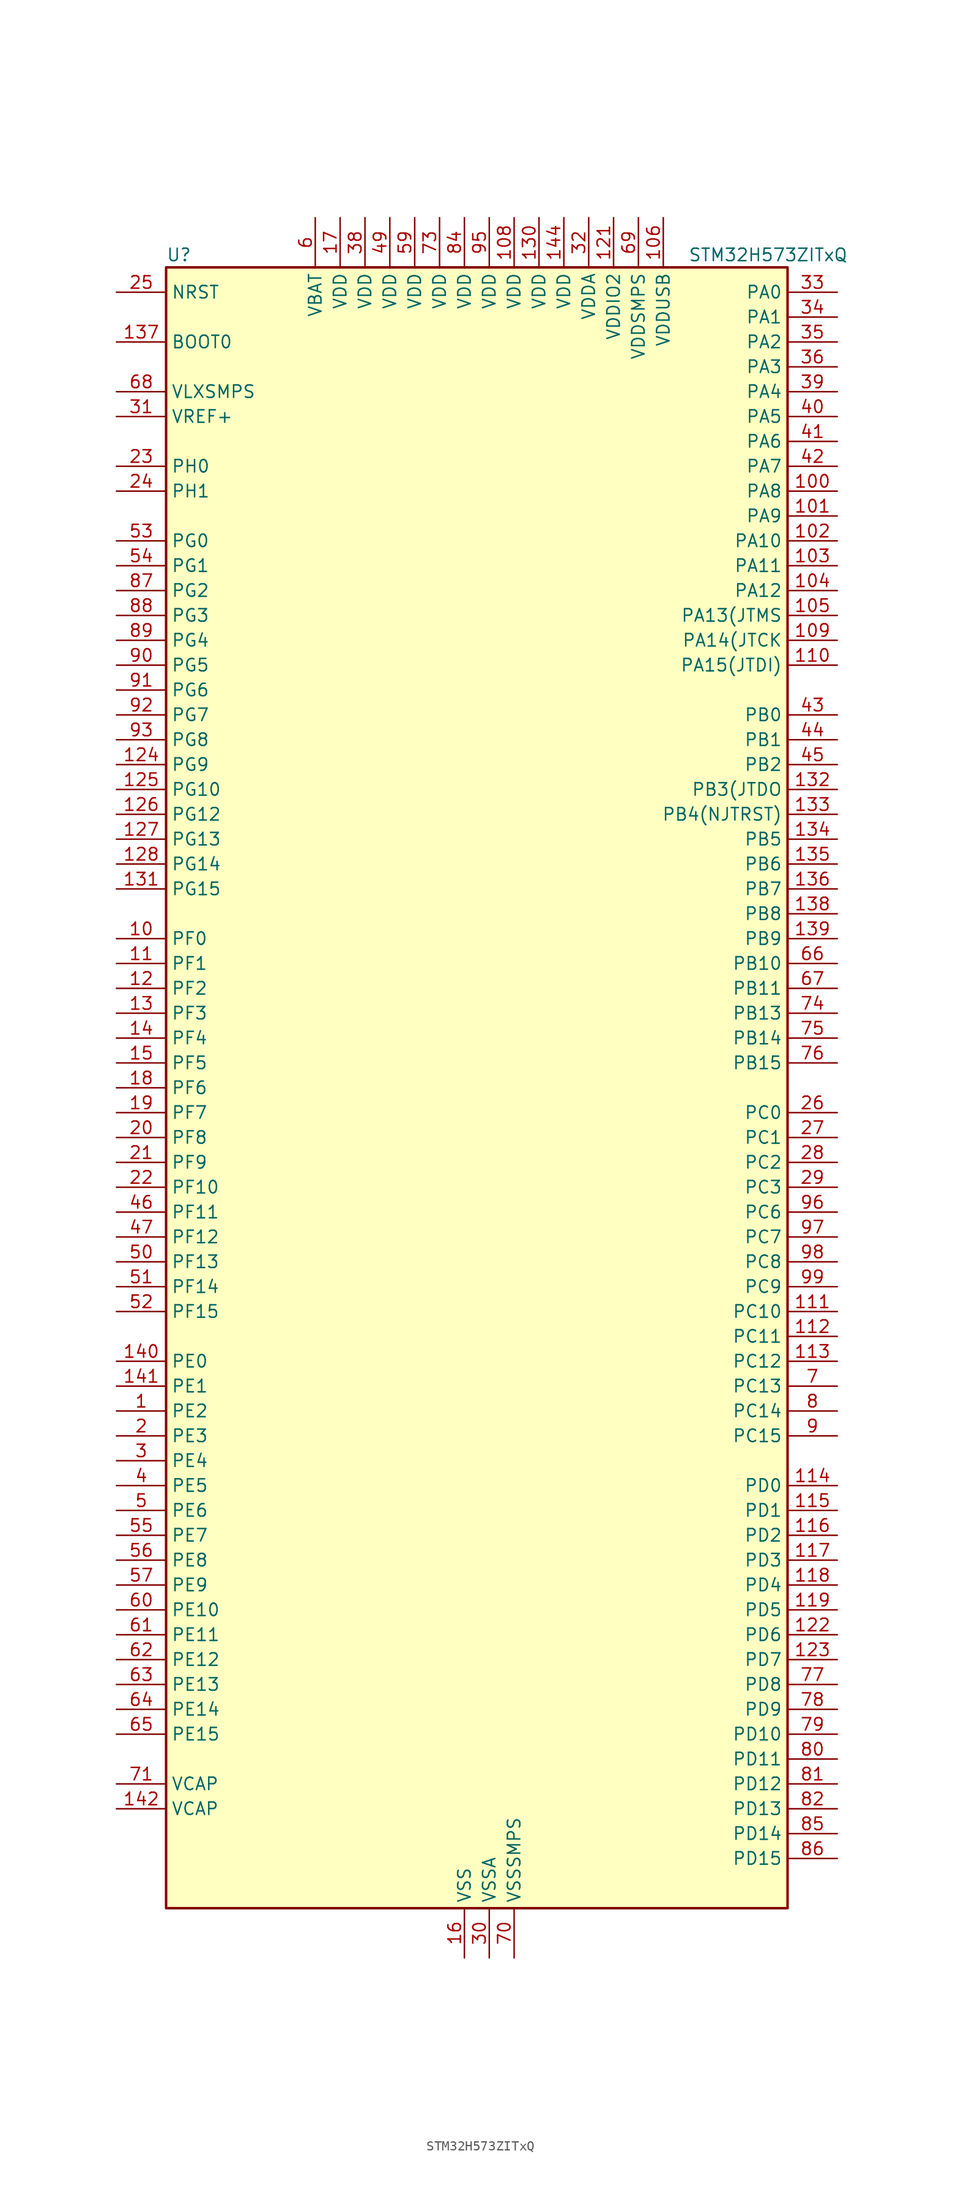
<source format=kicad_sym>
(kicad_symbol_lib
  (version 20231120)
  (generator "kicad_symbol_editor")
  (generator_version "8.0")
  (symbol "STM32H573ZITxQ"
    (property "Reference" "U"
      (at -30.48 85.09 0)
      (effects (font (size 1.27 1.27)) (justify left)))
    (property "Value" "STM32H573ZITxQ"
      (at 22.86 85.09 0)
      (effects (font (size 1.27 1.27)) (justify left)))
    (property "ki_locked" ""
      (at 0 0 0)
      (effects (font (size 1.27 1.27))))
    (symbol "STM32H573ZITxQ_0_1"
      (rectangle (start -30.48 -83.82) (end 33.02 83.82) (stroke (width 0.254) (type default)) (fill (type background))))
    (symbol "STM32H573ZITxQ_1_1"
      (pin bidirectional line (at -35.56 -33.02 0) (length 5.08) (name "PE2" (effects (font (size 1.27 1.27)))) (number "1" (effects (font (size 1.27 1.27)))) (alternate "DCMI_D3" bidirectional line) (alternate "DEBUG_TRACECLK" bidirectional line) (alternate "FMC_A23" bidirectional line) (alternate "LPTIM1_IN2" bidirectional line) (alternate "OCTOSPI1_IO2" bidirectional line) (alternate "PSSI_D3" bidirectional line) (alternate "SAI1_CK1" bidirectional line) (alternate "SAI1_MCLK_A" bidirectional line) (alternate "SPI4_SCK" bidirectional line) (alternate "UART8_TX" bidirectional line) (alternate "USART10_RX" bidirectional line))
      (pin bidirectional line (at -35.56 15.24 0) (length 5.08) (name "PF0" (effects (font (size 1.27 1.27)))) (number "10" (effects (font (size 1.27 1.27)))) (alternate "FMC_A0" bidirectional line) (alternate "I2C2_SDA" bidirectional line) (alternate "LPTIM5_CH1" bidirectional line))
      (pin bidirectional line (at 38.1 60.96 180) (length 5.08) (name "PA8" (effects (font (size 1.27 1.27)))) (number "100" (effects (font (size 1.27 1.27)))) (alternate "DCMI_D3" bidirectional line) (alternate "FMC_NOE" bidirectional line) (alternate "I2C3_SCL" bidirectional line) (alternate "PSSI_D3" bidirectional line) (alternate "RCC_MCO_1" bidirectional line) (alternate "SPI1_RDY" bidirectional line) (alternate "TIM1_CH1" bidirectional line) (alternate "TIM8_BKIN2" bidirectional line) (alternate "UART7_RX" bidirectional line) (alternate "USART1_CK" bidirectional line) (alternate "USB_SOF" bidirectional line))
      (pin bidirectional line (at 38.1 58.42 180) (length 5.08) (name "PA9" (effects (font (size 1.27 1.27)))) (number "101" (effects (font (size 1.27 1.27)))) (alternate "DAC1_EXTI9" bidirectional line) (alternate "DCMI_D0" bidirectional line) (alternate "FMC_NWE" bidirectional line) (alternate "I2C3_SMBA" bidirectional line) (alternate "I2S2_CK" bidirectional line) (alternate "LPUART1_TX" bidirectional line) (alternate "PSSI_D0" bidirectional line) (alternate "SPI2_SCK" bidirectional line) (alternate "TIM1_CH2" bidirectional line) (alternate "UCPD1_DB1" bidirectional line) (alternate "USART1_TX" bidirectional line))
      (pin bidirectional line (at 38.1 55.88 180) (length 5.08) (name "PA10" (effects (font (size 1.27 1.27)))) (number "102" (effects (font (size 1.27 1.27)))) (alternate "DCMI_D1" bidirectional line) (alternate "FDCAN2_TX" bidirectional line) (alternate "LPTIM2_IN2" bidirectional line) (alternate "LPUART1_RX" bidirectional line) (alternate "PSSI_D1" bidirectional line) (alternate "SDMMC1_D0" bidirectional line) (alternate "TIM1_CH3" bidirectional line) (alternate "UCPD1_FRSTX" bidirectional line) (alternate "USART1_RX" bidirectional line))
      (pin bidirectional line (at 38.1 53.34 180) (length 5.08) (name "PA11" (effects (font (size 1.27 1.27)))) (number "103" (effects (font (size 1.27 1.27)))) (alternate "ADC1_EXTI11" bidirectional line) (alternate "ADC2_EXTI11" bidirectional line) (alternate "FDCAN1_RX" bidirectional line) (alternate "I2S2_WS" bidirectional line) (alternate "LPUART1_CTS" bidirectional line) (alternate "SPI2_NSS" bidirectional line) (alternate "TIM1_CH4" bidirectional line) (alternate "UART4_RX" bidirectional line) (alternate "USART1_CTS" bidirectional line) (alternate "USART1_NSS" bidirectional line) (alternate "USB_DM" bidirectional line))
      (pin bidirectional line (at 38.1 50.8 180) (length 5.08) (name "PA12" (effects (font (size 1.27 1.27)))) (number "104" (effects (font (size 1.27 1.27)))) (alternate "FDCAN1_TX" bidirectional line) (alternate "I2S2_CK" bidirectional line) (alternate "LPUART1_RTS" bidirectional line) (alternate "SAI2_FS_B" bidirectional line) (alternate "SPI2_SCK" bidirectional line) (alternate "TIM1_ETR" bidirectional line) (alternate "UART4_TX" bidirectional line) (alternate "USART1_RTS" bidirectional line) (alternate "USB_DP" bidirectional line))
      (pin bidirectional line (at 38.1 48.26 180) (length 5.08) (name "PA13(JTMS" (effects (font (size 1.27 1.27)))) (number "105" (effects (font (size 1.27 1.27)))) (alternate "DEBUG_JTMS-SWDIO" bidirectional line))
      (pin power_in line (at 20.32 88.9 270) (length 5.08) (name "VDDUSB" (effects (font (size 1.27 1.27)))) (number "106" (effects (font (size 1.27 1.27)))))
      (pin passive line (at 0 -88.9 90) (length 5.08) hide (name "VSS" (effects (font (size 1.27 1.27)))) (number "107" (effects (font (size 1.27 1.27)))))
      (pin power_in line (at 5.08 88.9 270) (length 5.08) (name "VDD" (effects (font (size 1.27 1.27)))) (number "108" (effects (font (size 1.27 1.27)))))
      (pin bidirectional line (at 38.1 45.72 180) (length 5.08) (name "PA14(JTCK" (effects (font (size 1.27 1.27)))) (number "109" (effects (font (size 1.27 1.27)))) (alternate "DEBUG_JTCK-SWCLK" bidirectional line))
      (pin bidirectional line (at -35.56 12.7 0) (length 5.08) (name "PF1" (effects (font (size 1.27 1.27)))) (number "11" (effects (font (size 1.27 1.27)))) (alternate "FMC_A1" bidirectional line) (alternate "I2C2_SCL" bidirectional line) (alternate "LPTIM5_CH2" bidirectional line))
      (pin bidirectional line (at 38.1 43.18 180) (length 5.08) (name "PA15(JTDI)" (effects (font (size 1.27 1.27)))) (number "110" (effects (font (size 1.27 1.27)))) (alternate "ADC1_EXTI15" bidirectional line) (alternate "ADC2_EXTI15" bidirectional line) (alternate "CEC" bidirectional line) (alternate "DCMI_D11" bidirectional line) (alternate "DEBUG_JTDI" bidirectional line) (alternate "FMC_NBL1" bidirectional line) (alternate "I2S1_WS" bidirectional line) (alternate "I2S3_WS" bidirectional line) (alternate "LPTIM3_IN2" bidirectional line) (alternate "PSSI_D11" bidirectional line) (alternate "SPI1_NSS" bidirectional line) (alternate "SPI3_NSS" bidirectional line) (alternate "SPI6_NSS" bidirectional line) (alternate "TIM2_CH1" bidirectional line) (alternate "TIM2_ETR" bidirectional line) (alternate "UART4_DE" bidirectional line) (alternate "UART4_RTS" bidirectional line) (alternate "UART7_TX" bidirectional line))
      (pin bidirectional line (at 38.1 -22.86 180) (length 5.08) (name "PC10" (effects (font (size 1.27 1.27)))) (number "111" (effects (font (size 1.27 1.27)))) (alternate "DCMI_D8" bidirectional line) (alternate "I2S3_CK" bidirectional line) (alternate "LPTIM3_ETR" bidirectional line) (alternate "OCTOSPI1_IO1" bidirectional line) (alternate "PSSI_D8" bidirectional line) (alternate "SDMMC1_D2" bidirectional line) (alternate "SPI3_SCK" bidirectional line) (alternate "UART4_TX" bidirectional line) (alternate "USART3_TX" bidirectional line))
      (pin bidirectional line (at 38.1 -25.4 180) (length 5.08) (name "PC11" (effects (font (size 1.27 1.27)))) (number "112" (effects (font (size 1.27 1.27)))) (alternate "ADC1_EXTI11" bidirectional line) (alternate "ADC2_EXTI11" bidirectional line) (alternate "DCMI_D4" bidirectional line) (alternate "I2S3_SDI" bidirectional line) (alternate "LPTIM3_IN1" bidirectional line) (alternate "OCTOSPI1_NCS" bidirectional line) (alternate "PSSI_D4" bidirectional line) (alternate "SDMMC1_D3" bidirectional line) (alternate "SPI3_MISO" bidirectional line) (alternate "UART4_RX" bidirectional line) (alternate "USART3_RX" bidirectional line))
      (pin bidirectional line (at 38.1 -27.94 180) (length 5.08) (name "PC12" (effects (font (size 1.27 1.27)))) (number "113" (effects (font (size 1.27 1.27)))) (alternate "DCMI_D9" bidirectional line) (alternate "DEBUG_TRACED3" bidirectional line) (alternate "I2S3_SDO" bidirectional line) (alternate "PSSI_D9" bidirectional line) (alternate "SDMMC1_CK" bidirectional line) (alternate "SPI3_MOSI" bidirectional line) (alternate "SPI6_SCK" bidirectional line) (alternate "TIM15_CH1" bidirectional line) (alternate "UART5_TX" bidirectional line) (alternate "USART3_CK" bidirectional line))
      (pin bidirectional line (at 38.1 -40.64 180) (length 5.08) (name "PD0" (effects (font (size 1.27 1.27)))) (number "114" (effects (font (size 1.27 1.27)))) (alternate "FDCAN1_RX" bidirectional line) (alternate "FMC_D2" bidirectional line) (alternate "FMC_DA2" bidirectional line) (alternate "TIM8_CH4N" bidirectional line) (alternate "UART4_RX" bidirectional line) (alternate "UART9_CTS" bidirectional line))
      (pin bidirectional line (at 38.1 -43.18 180) (length 5.08) (name "PD1" (effects (font (size 1.27 1.27)))) (number "115" (effects (font (size 1.27 1.27)))) (alternate "FDCAN1_TX" bidirectional line) (alternate "FMC_D3" bidirectional line) (alternate "FMC_DA3" bidirectional line) (alternate "UART4_TX" bidirectional line))
      (pin bidirectional line (at 38.1 -45.72 180) (length 5.08) (name "PD2" (effects (font (size 1.27 1.27)))) (number "116" (effects (font (size 1.27 1.27)))) (alternate "DCMI_D11" bidirectional line) (alternate "DEBUG_TRACED2" bidirectional line) (alternate "LPTIM4_ETR" bidirectional line) (alternate "PSSI_D11" bidirectional line) (alternate "PWR_WKUP7" bidirectional line) (alternate "SDMMC1_CMD" bidirectional line) (alternate "TIM15_BKIN" bidirectional line) (alternate "TIM3_ETR" bidirectional line) (alternate "UART5_RX" bidirectional line))
      (pin bidirectional line (at 38.1 -48.26 180) (length 5.08) (name "PD3" (effects (font (size 1.27 1.27)))) (number "117" (effects (font (size 1.27 1.27)))) (alternate "DCMI_D5" bidirectional line) (alternate "FMC_CLK" bidirectional line) (alternate "I2S2_CK" bidirectional line) (alternate "PSSI_D5" bidirectional line) (alternate "PWR_WKUP8" bidirectional line) (alternate "SPI2_SCK" bidirectional line) (alternate "USART2_CTS" bidirectional line) (alternate "USART2_NSS" bidirectional line))
      (pin bidirectional line (at 38.1 -50.8 180) (length 5.08) (name "PD4" (effects (font (size 1.27 1.27)))) (number "118" (effects (font (size 1.27 1.27)))) (alternate "FMC_NOE" bidirectional line) (alternate "OCTOSPI1_IO4" bidirectional line) (alternate "USART2_RTS" bidirectional line))
      (pin bidirectional line (at 38.1 -53.34 180) (length 5.08) (name "PD5" (effects (font (size 1.27 1.27)))) (number "119" (effects (font (size 1.27 1.27)))) (alternate "FDCAN1_TX" bidirectional line) (alternate "FMC_NWE" bidirectional line) (alternate "OCTOSPI1_IO5" bidirectional line) (alternate "SPI2_RDY" bidirectional line) (alternate "TIM1_CH4N" bidirectional line) (alternate "USART2_TX" bidirectional line))
      (pin bidirectional line (at -35.56 10.16 0) (length 5.08) (name "PF2" (effects (font (size 1.27 1.27)))) (number "12" (effects (font (size 1.27 1.27)))) (alternate "FMC_A2" bidirectional line) (alternate "I2C2_SMBA" bidirectional line) (alternate "LPTIM3_CH2" bidirectional line) (alternate "LPTIM3_IN2" bidirectional line) (alternate "LPTIM5_IN1" bidirectional line) (alternate "UART12_TX" bidirectional line) (alternate "USART11_CK" bidirectional line))
      (pin passive line (at 0 -88.9 90) (length 5.08) hide (name "VSS" (effects (font (size 1.27 1.27)))) (number "120" (effects (font (size 1.27 1.27)))))
      (pin power_in line (at 15.24 88.9 270) (length 5.08) (name "VDDIO2" (effects (font (size 1.27 1.27)))) (number "121" (effects (font (size 1.27 1.27)))))
      (pin bidirectional line (at 38.1 -55.88 180) (length 5.08) (name "PD6" (effects (font (size 1.27 1.27)))) (number "122" (effects (font (size 1.27 1.27)))) (alternate "DCMI_D10" bidirectional line) (alternate "FMC_NWAIT" bidirectional line) (alternate "I2S3_SDO" bidirectional line) (alternate "OCTOSPI1_IO6" bidirectional line) (alternate "PSSI_D10" bidirectional line) (alternate "SAI1_D1" bidirectional line) (alternate "SAI1_SD_A" bidirectional line) (alternate "SDMMC2_CK" bidirectional line) (alternate "SPI3_MOSI" bidirectional line) (alternate "USART2_RX" bidirectional line))
      (pin bidirectional line (at 38.1 -58.42 180) (length 5.08) (name "PD7" (effects (font (size 1.27 1.27)))) (number "123" (effects (font (size 1.27 1.27)))) (alternate "FMC_NCE" bidirectional line) (alternate "FMC_NE1" bidirectional line) (alternate "I2S1_SDO" bidirectional line) (alternate "LPTIM4_OUT" bidirectional line) (alternate "OCTOSPI1_IO7" bidirectional line) (alternate "SDMMC2_CMD" bidirectional line) (alternate "SPI1_MOSI" bidirectional line) (alternate "USART2_CK" bidirectional line))
      (pin bidirectional line (at -35.56 33.02 0) (length 5.08) (name "PG9" (effects (font (size 1.27 1.27)))) (number "124" (effects (font (size 1.27 1.27)))) (alternate "DAC1_EXTI9" bidirectional line) (alternate "DCMI_VSYNC" bidirectional line) (alternate "FMC_NCE" bidirectional line) (alternate "FMC_NE2" bidirectional line) (alternate "I2S1_SDI" bidirectional line) (alternate "OCTOSPI1_IO6" bidirectional line) (alternate "PSSI_RDY" bidirectional line) (alternate "SAI2_FS_B" bidirectional line) (alternate "SDMMC2_D0" bidirectional line) (alternate "SPI1_MISO" bidirectional line) (alternate "USART6_RX" bidirectional line))
      (pin bidirectional line (at -35.56 30.48 0) (length 5.08) (name "PG10" (effects (font (size 1.27 1.27)))) (number "125" (effects (font (size 1.27 1.27)))) (alternate "DCMI_D2" bidirectional line) (alternate "FMC_NE3" bidirectional line) (alternate "I2S1_WS" bidirectional line) (alternate "PSSI_D2" bidirectional line) (alternate "SAI2_SD_B" bidirectional line) (alternate "SDMMC2_D1" bidirectional line) (alternate "SPI1_NSS" bidirectional line))
      (pin bidirectional line (at -35.56 27.94 0) (length 5.08) (name "PG12" (effects (font (size 1.27 1.27)))) (number "126" (effects (font (size 1.27 1.27)))) (alternate "DCMI_D11" bidirectional line) (alternate "FMC_NE4" bidirectional line) (alternate "LPTIM1_IN1" bidirectional line) (alternate "LPTIM5_CH1" bidirectional line) (alternate "PSSI_D11" bidirectional line) (alternate "PSSI_D15" bidirectional line) (alternate "SDMMC2_D3" bidirectional line) (alternate "SPI6_MISO" bidirectional line) (alternate "USART10_TX" bidirectional line) (alternate "USART6_RTS" bidirectional line))
      (pin bidirectional line (at -35.56 25.4 0) (length 5.08) (name "PG13" (effects (font (size 1.27 1.27)))) (number "127" (effects (font (size 1.27 1.27)))) (alternate "DEBUG_TRACED0" bidirectional line) (alternate "FMC_A24" bidirectional line) (alternate "LPTIM1_CH1" bidirectional line) (alternate "LPTIM5_CH2" bidirectional line) (alternate "SDMMC2_D6" bidirectional line) (alternate "SPI6_SCK" bidirectional line) (alternate "USART10_CTS" bidirectional line) (alternate "USART10_NSS" bidirectional line) (alternate "USART6_CTS" bidirectional line) (alternate "USART6_NSS" bidirectional line))
      (pin bidirectional line (at -35.56 22.86 0) (length 5.08) (name "PG14" (effects (font (size 1.27 1.27)))) (number "128" (effects (font (size 1.27 1.27)))) (alternate "DEBUG_TRACED1" bidirectional line) (alternate "FMC_A25" bidirectional line) (alternate "LPTIM1_CH2" bidirectional line) (alternate "LPTIM1_ETR" bidirectional line) (alternate "LPTIM5_IN1" bidirectional line) (alternate "OCTOSPI1_IO7" bidirectional line) (alternate "SDMMC2_D7" bidirectional line) (alternate "SPI6_MOSI" bidirectional line) (alternate "USART10_RTS" bidirectional line) (alternate "USART6_TX" bidirectional line))
      (pin passive line (at 0 -88.9 90) (length 5.08) hide (name "VSS" (effects (font (size 1.27 1.27)))) (number "129" (effects (font (size 1.27 1.27)))))
      (pin bidirectional line (at -35.56 7.62 0) (length 5.08) (name "PF3" (effects (font (size 1.27 1.27)))) (number "13" (effects (font (size 1.27 1.27)))) (alternate "FMC_A3" bidirectional line) (alternate "LPTIM3_IN1" bidirectional line) (alternate "LPTIM5_IN2" bidirectional line) (alternate "USART11_TX" bidirectional line))
      (pin power_in line (at 7.62 88.9 270) (length 5.08) (name "VDD" (effects (font (size 1.27 1.27)))) (number "130" (effects (font (size 1.27 1.27)))))
      (pin bidirectional line (at -35.56 20.32 0) (length 5.08) (name "PG15" (effects (font (size 1.27 1.27)))) (number "131" (effects (font (size 1.27 1.27)))) (alternate "ADC1_EXTI15" bidirectional line) (alternate "ADC2_EXTI15" bidirectional line) (alternate "DCMI_D13" bidirectional line) (alternate "FMC_SDNCAS" bidirectional line) (alternate "PSSI_D13" bidirectional line) (alternate "SPI4_RDY" bidirectional line) (alternate "USART10_CK" bidirectional line) (alternate "USART6_CTS" bidirectional line) (alternate "USART6_NSS" bidirectional line))
      (pin bidirectional line (at 38.1 30.48 180) (length 5.08) (name "PB3(JTDO" (effects (font (size 1.27 1.27)))) (number "132" (effects (font (size 1.27 1.27)))) (alternate "CRS_SYNC" bidirectional line) (alternate "DEBUG_JTDO-SWO" bidirectional line) (alternate "I2C2_SDA" bidirectional line) (alternate "I2S1_CK" bidirectional line) (alternate "I2S3_CK" bidirectional line) (alternate "LPTIM6_ETR" bidirectional line) (alternate "SDMMC2_D2" bidirectional line) (alternate "SPI1_SCK" bidirectional line) (alternate "SPI3_SCK" bidirectional line) (alternate "SPI6_SCK" bidirectional line) (alternate "TIM2_CH2" bidirectional line) (alternate "UART12_CTS" bidirectional line) (alternate "UART7_RX" bidirectional line))
      (pin bidirectional line (at 38.1 27.94 180) (length 5.08) (name "PB4(NJTRST)" (effects (font (size 1.27 1.27)))) (number "133" (effects (font (size 1.27 1.27)))) (alternate "DCMI_D7" bidirectional line) (alternate "DEBUG_JTRST" bidirectional line) (alternate "I2S1_SDI" bidirectional line) (alternate "I2S2_WS" bidirectional line) (alternate "I2S3_SDI" bidirectional line) (alternate "LPTIM1_CH2" bidirectional line) (alternate "OCTOSPI1_CLK" bidirectional line) (alternate "PSSI_D7" bidirectional line) (alternate "SDMMC2_D3" bidirectional line) (alternate "SPI1_MISO" bidirectional line) (alternate "SPI2_NSS" bidirectional line) (alternate "SPI3_MISO" bidirectional line) (alternate "SPI6_MISO" bidirectional line) (alternate "TIM16_BKIN" bidirectional line) (alternate "TIM3_CH1" bidirectional line) (alternate "UART7_TX" bidirectional line))
      (pin bidirectional line (at 38.1 25.4 180) (length 5.08) (name "PB5" (effects (font (size 1.27 1.27)))) (number "134" (effects (font (size 1.27 1.27)))) (alternate "DCMI_D10" bidirectional line) (alternate "FDCAN2_RX" bidirectional line) (alternate "FMC_SDCKE1" bidirectional line) (alternate "I2C1_SMBA" bidirectional line) (alternate "I2C4_SMBA" bidirectional line) (alternate "I2S1_SDO" bidirectional line) (alternate "I2S3_SDO" bidirectional line) (alternate "OCTOSPI1_NCLK" bidirectional line) (alternate "PSSI_D10" bidirectional line) (alternate "SPI1_MOSI" bidirectional line) (alternate "SPI3_MOSI" bidirectional line) (alternate "SPI6_MOSI" bidirectional line) (alternate "TIM17_BKIN" bidirectional line) (alternate "TIM3_CH2" bidirectional line) (alternate "UART5_RX" bidirectional line))
      (pin bidirectional line (at 38.1 22.86 180) (length 5.08) (name "PB6" (effects (font (size 1.27 1.27)))) (number "135" (effects (font (size 1.27 1.27)))) (alternate "CEC" bidirectional line) (alternate "DCMI_D5" bidirectional line) (alternate "FDCAN2_TX" bidirectional line) (alternate "FMC_SDNE1" bidirectional line) (alternate "I2C1_SCL" bidirectional line) (alternate "I2C4_SCL" bidirectional line) (alternate "I3C1_SCL" bidirectional line) (alternate "LPUART1_TX" bidirectional line) (alternate "OCTOSPI1_NCS" bidirectional line) (alternate "PSSI_D5" bidirectional line) (alternate "TIM16_CH1N" bidirectional line) (alternate "TIM4_CH1" bidirectional line) (alternate "UART5_TX" bidirectional line) (alternate "USART1_TX" bidirectional line))
      (pin bidirectional line (at 38.1 20.32 180) (length 5.08) (name "PB7" (effects (font (size 1.27 1.27)))) (number "136" (effects (font (size 1.27 1.27)))) (alternate "DCMI_VSYNC" bidirectional line) (alternate "FDCAN1_TX" bidirectional line) (alternate "FMC_NL" bidirectional line) (alternate "I2C1_SDA" bidirectional line) (alternate "I2C4_SDA" bidirectional line) (alternate "I3C1_SDA" bidirectional line) (alternate "LPUART1_RX" bidirectional line) (alternate "PSSI_RDY" bidirectional line) (alternate "PWR_WKUP5" bidirectional line) (alternate "SDMMC2_CKIN" bidirectional line) (alternate "SDMMC2_D5" bidirectional line) (alternate "TIM17_CH1N" bidirectional line) (alternate "TIM4_CH2" bidirectional line) (alternate "USART1_RX" bidirectional line))
      (pin input line (at -35.56 76.2 0) (length 5.08) (name "BOOT0" (effects (font (size 1.27 1.27)))) (number "137" (effects (font (size 1.27 1.27)))))
      (pin bidirectional line (at 38.1 17.78 180) (length 5.08) (name "PB8" (effects (font (size 1.27 1.27)))) (number "138" (effects (font (size 1.27 1.27)))) (alternate "DCMI_D6" bidirectional line) (alternate "FDCAN1_RX" bidirectional line) (alternate "I2C1_SCL" bidirectional line) (alternate "I2C4_SCL" bidirectional line) (alternate "I3C1_SCL" bidirectional line) (alternate "PSSI_D6" bidirectional line) (alternate "SDMMC1_CKIN" bidirectional line) (alternate "SDMMC1_D4" bidirectional line) (alternate "SDMMC2_D4" bidirectional line) (alternate "SPI4_RDY" bidirectional line) (alternate "TIM16_CH1" bidirectional line) (alternate "TIM4_CH3" bidirectional line) (alternate "UART4_RX" bidirectional line))
      (pin bidirectional line (at 38.1 15.24 180) (length 5.08) (name "PB9" (effects (font (size 1.27 1.27)))) (number "139" (effects (font (size 1.27 1.27)))) (alternate "DAC1_EXTI9" bidirectional line) (alternate "DCMI_D7" bidirectional line) (alternate "FDCAN1_TX" bidirectional line) (alternate "I2C1_SDA" bidirectional line) (alternate "I2C4_SDA" bidirectional line) (alternate "I2S2_WS" bidirectional line) (alternate "I3C1_SDA" bidirectional line) (alternate "PSSI_D7" bidirectional line) (alternate "SDMMC1_CDIR" bidirectional line) (alternate "SDMMC1_D5" bidirectional line) (alternate "SDMMC2_CKIN" bidirectional line) (alternate "SDMMC2_D5" bidirectional line) (alternate "SPI2_NSS" bidirectional line) (alternate "TIM17_CH1" bidirectional line) (alternate "TIM4_CH4" bidirectional line) (alternate "UART4_TX" bidirectional line))
      (pin bidirectional line (at -35.56 5.08 0) (length 5.08) (name "PF4" (effects (font (size 1.27 1.27)))) (number "14" (effects (font (size 1.27 1.27)))) (alternate "FMC_A4" bidirectional line) (alternate "LPTIM3_ETR" bidirectional line) (alternate "USART11_RX" bidirectional line))
      (pin bidirectional line (at -35.56 -27.94 0) (length 5.08) (name "PE0" (effects (font (size 1.27 1.27)))) (number "140" (effects (font (size 1.27 1.27)))) (alternate "DCMI_D2" bidirectional line) (alternate "FDCAN1_RX" bidirectional line) (alternate "FMC_NBL0" bidirectional line) (alternate "LPTIM1_ETR" bidirectional line) (alternate "LPTIM2_CH2" bidirectional line) (alternate "LPTIM2_ETR" bidirectional line) (alternate "PSSI_D2" bidirectional line) (alternate "SAI2_MCLK_A" bidirectional line) (alternate "SPI3_RDY" bidirectional line) (alternate "TIM4_ETR" bidirectional line) (alternate "UART8_RX" bidirectional line))
      (pin bidirectional line (at -35.56 -30.48 0) (length 5.08) (name "PE1" (effects (font (size 1.27 1.27)))) (number "141" (effects (font (size 1.27 1.27)))) (alternate "DCMI_D3" bidirectional line) (alternate "FDCAN1_TX" bidirectional line) (alternate "FMC_NBL1" bidirectional line) (alternate "LPTIM1_IN2" bidirectional line) (alternate "PSSI_D3" bidirectional line) (alternate "UART8_TX" bidirectional line))
      (pin power_out line (at -35.56 -73.66 0) (length 5.08) (name "VCAP" (effects (font (size 1.27 1.27)))) (number "142" (effects (font (size 1.27 1.27)))))
      (pin passive line (at 0 -88.9 90) (length 5.08) hide (name "VSS" (effects (font (size 1.27 1.27)))) (number "143" (effects (font (size 1.27 1.27)))))
      (pin power_in line (at 10.16 88.9 270) (length 5.08) (name "VDD" (effects (font (size 1.27 1.27)))) (number "144" (effects (font (size 1.27 1.27)))))
      (pin bidirectional line (at -35.56 2.54 0) (length 5.08) (name "PF5" (effects (font (size 1.27 1.27)))) (number "15" (effects (font (size 1.27 1.27)))) (alternate "FMC_A5" bidirectional line) (alternate "I2C4_SCL" bidirectional line) (alternate "I3C1_SCL" bidirectional line) (alternate "LPTIM3_CH1" bidirectional line) (alternate "LPTIM3_IN1" bidirectional line) (alternate "UART12_RX" bidirectional line) (alternate "USART11_CTS" bidirectional line) (alternate "USART11_NSS" bidirectional line))
      (pin power_in line (at 0 -88.9 90) (length 5.08) (name "VSS" (effects (font (size 1.27 1.27)))) (number "16" (effects (font (size 1.27 1.27)))))
      (pin power_in line (at -12.7 88.9 270) (length 5.08) (name "VDD" (effects (font (size 1.27 1.27)))) (number "17" (effects (font (size 1.27 1.27)))))
      (pin bidirectional line (at -35.56 0 0) (length 5.08) (name "PF6" (effects (font (size 1.27 1.27)))) (number "18" (effects (font (size 1.27 1.27)))) (alternate "LPTIM5_CH1" bidirectional line) (alternate "OCTOSPI1_IO3" bidirectional line) (alternate "SAI1_SD_B" bidirectional line) (alternate "SPI5_NSS" bidirectional line) (alternate "TIM16_CH1" bidirectional line) (alternate "UART7_RX" bidirectional line))
      (pin bidirectional line (at -35.56 -2.54 0) (length 5.08) (name "PF7" (effects (font (size 1.27 1.27)))) (number "19" (effects (font (size 1.27 1.27)))) (alternate "LPTIM5_CH2" bidirectional line) (alternate "OCTOSPI1_IO2" bidirectional line) (alternate "SAI1_MCLK_B" bidirectional line) (alternate "SPI5_SCK" bidirectional line) (alternate "TIM17_CH1" bidirectional line) (alternate "UART7_TX" bidirectional line))
      (pin bidirectional line (at -35.56 -35.56 0) (length 5.08) (name "PE3" (effects (font (size 1.27 1.27)))) (number "2" (effects (font (size 1.27 1.27)))) (alternate "DEBUG_TRACED0" bidirectional line) (alternate "FMC_A19" bidirectional line) (alternate "SAI1_SD_B" bidirectional line) (alternate "TAMP_IN6" bidirectional line) (alternate "TAMP_OUT3" bidirectional line) (alternate "TIM15_BKIN" bidirectional line) (alternate "USART10_TX" bidirectional line))
      (pin bidirectional line (at -35.56 -5.08 0) (length 5.08) (name "PF8" (effects (font (size 1.27 1.27)))) (number "20" (effects (font (size 1.27 1.27)))) (alternate "LPTIM5_IN1" bidirectional line) (alternate "OCTOSPI1_IO0" bidirectional line) (alternate "SAI1_SCK_B" bidirectional line) (alternate "SPI5_MISO" bidirectional line) (alternate "TIM13_CH1" bidirectional line) (alternate "TIM16_CH1N" bidirectional line) (alternate "UART7_RTS" bidirectional line))
      (pin bidirectional line (at -35.56 -7.62 0) (length 5.08) (name "PF9" (effects (font (size 1.27 1.27)))) (number "21" (effects (font (size 1.27 1.27)))) (alternate "DAC1_EXTI9" bidirectional line) (alternate "LPTIM5_IN2" bidirectional line) (alternate "OCTOSPI1_IO1" bidirectional line) (alternate "SAI1_FS_B" bidirectional line) (alternate "SPI5_MOSI" bidirectional line) (alternate "TIM14_CH1" bidirectional line) (alternate "TIM17_CH1N" bidirectional line) (alternate "UART7_CTS" bidirectional line))
      (pin bidirectional line (at -35.56 -10.16 0) (length 5.08) (name "PF10" (effects (font (size 1.27 1.27)))) (number "22" (effects (font (size 1.27 1.27)))) (alternate "DCMI_D11" bidirectional line) (alternate "OCTOSPI1_CLK" bidirectional line) (alternate "PSSI_D11" bidirectional line) (alternate "PSSI_D15" bidirectional line) (alternate "SAI1_D3" bidirectional line) (alternate "TIM16_BKIN" bidirectional line))
      (pin bidirectional line (at -35.56 63.5 0) (length 5.08) (name "PH0" (effects (font (size 1.27 1.27)))) (number "23" (effects (font (size 1.27 1.27)))) (alternate "RCC_OSC_IN" bidirectional line))
      (pin bidirectional line (at -35.56 60.96 0) (length 5.08) (name "PH1" (effects (font (size 1.27 1.27)))) (number "24" (effects (font (size 1.27 1.27)))) (alternate "RCC_OSC_OUT" bidirectional line))
      (pin input line (at -35.56 81.28 0) (length 5.08) (name "NRST" (effects (font (size 1.27 1.27)))) (number "25" (effects (font (size 1.27 1.27)))))
      (pin bidirectional line (at 38.1 -2.54 180) (length 5.08) (name "PC0" (effects (font (size 1.27 1.27)))) (number "26" (effects (font (size 1.27 1.27)))) (alternate "ADC1_INP10" bidirectional line) (alternate "ADC2_INP10" bidirectional line) (alternate "FMC_A25" bidirectional line) (alternate "FMC_SDNWE" bidirectional line) (alternate "OCTOSPI1_IO7" bidirectional line) (alternate "SAI1_MCLK_A" bidirectional line) (alternate "SAI2_FS_B" bidirectional line) (alternate "SPI2_RDY" bidirectional line) (alternate "TIM16_BKIN" bidirectional line))
      (pin bidirectional line (at 38.1 -5.08 180) (length 5.08) (name "PC1" (effects (font (size 1.27 1.27)))) (number "27" (effects (font (size 1.27 1.27)))) (alternate "ADC1_INN10" bidirectional line) (alternate "ADC1_INP11" bidirectional line) (alternate "ADC2_INN10" bidirectional line) (alternate "ADC2_INP11" bidirectional line) (alternate "DEBUG_TRACED0" bidirectional line) (alternate "I2S2_SDO" bidirectional line) (alternate "OCTOSPI1_IO4" bidirectional line) (alternate "PWR_WKUP6" bidirectional line) (alternate "SAI1_D1" bidirectional line) (alternate "SAI1_SD_A" bidirectional line) (alternate "SAI2_SD_A" bidirectional line) (alternate "SDMMC2_CK" bidirectional line) (alternate "SPI2_MOSI" bidirectional line) (alternate "TAMP_IN3" bidirectional line) (alternate "TAMP_OUT5" bidirectional line) (alternate "USART11_RTS" bidirectional line))
      (pin bidirectional line (at 38.1 -7.62 180) (length 5.08) (name "PC2" (effects (font (size 1.27 1.27)))) (number "28" (effects (font (size 1.27 1.27)))) (alternate "ADC1_INN11" bidirectional line) (alternate "ADC1_INP12" bidirectional line) (alternate "ADC2_INN11" bidirectional line) (alternate "ADC2_INP12" bidirectional line) (alternate "FMC_SDNE0" bidirectional line) (alternate "I2S2_SDI" bidirectional line) (alternate "OCTOSPI1_IO2" bidirectional line) (alternate "OCTOSPI1_IO5" bidirectional line) (alternate "PWR_CSLEEP" bidirectional line) (alternate "SPI2_MISO" bidirectional line) (alternate "TIM17_CH1" bidirectional line) (alternate "TIM4_CH4" bidirectional line))
      (pin bidirectional line (at 38.1 -10.16 180) (length 5.08) (name "PC3" (effects (font (size 1.27 1.27)))) (number "29" (effects (font (size 1.27 1.27)))) (alternate "ADC1_INN12" bidirectional line) (alternate "ADC1_INP13" bidirectional line) (alternate "ADC2_INN12" bidirectional line) (alternate "ADC2_INP13" bidirectional line) (alternate "FMC_SDCKE0" bidirectional line) (alternate "I2S2_SDO" bidirectional line) (alternate "LPTIM3_CH1" bidirectional line) (alternate "OCTOSPI1_IO0" bidirectional line) (alternate "OCTOSPI1_IO6" bidirectional line) (alternate "PWR_CSTOP" bidirectional line) (alternate "SAI1_D3" bidirectional line) (alternate "SPI2_MOSI" bidirectional line))
      (pin bidirectional line (at -35.56 -38.1 0) (length 5.08) (name "PE4" (effects (font (size 1.27 1.27)))) (number "3" (effects (font (size 1.27 1.27)))) (alternate "DCMI_D4" bidirectional line) (alternate "DEBUG_TRACED1" bidirectional line) (alternate "FMC_A20" bidirectional line) (alternate "PSSI_D4" bidirectional line) (alternate "SAI1_D2" bidirectional line) (alternate "SAI1_FS_A" bidirectional line) (alternate "SPI4_NSS" bidirectional line) (alternate "TAMP_IN7" bidirectional line) (alternate "TAMP_OUT8" bidirectional line) (alternate "TIM15_CH1N" bidirectional line))
      (pin power_in line (at 2.54 -88.9 90) (length 5.08) (name "VSSA" (effects (font (size 1.27 1.27)))) (number "30" (effects (font (size 1.27 1.27)))))
      (pin input line (at -35.56 68.58 0) (length 5.08) (name "VREF+" (effects (font (size 1.27 1.27)))) (number "31" (effects (font (size 1.27 1.27)))))
      (pin power_in line (at 12.7 88.9 270) (length 5.08) (name "VDDA" (effects (font (size 1.27 1.27)))) (number "32" (effects (font (size 1.27 1.27)))))
      (pin bidirectional line (at 38.1 81.28 180) (length 5.08) (name "PA0" (effects (font (size 1.27 1.27)))) (number "33" (effects (font (size 1.27 1.27)))) (alternate "ADC1_INN1" bidirectional line) (alternate "ADC1_INP0" bidirectional line) (alternate "ADC2_INN1" bidirectional line) (alternate "ADC2_INP0" bidirectional line) (alternate "PWR_WKUP1" bidirectional line) (alternate "SAI2_SD_B" bidirectional line) (alternate "SDMMC2_CMD" bidirectional line) (alternate "SPI3_RDY" bidirectional line) (alternate "SPI6_NSS" bidirectional line) (alternate "TAMP_IN2" bidirectional line) (alternate "TAMP_OUT1" bidirectional line) (alternate "TIM15_BKIN" bidirectional line) (alternate "TIM2_CH1" bidirectional line) (alternate "TIM2_ETR" bidirectional line) (alternate "TIM5_CH1" bidirectional line) (alternate "TIM8_ETR" bidirectional line) (alternate "UART4_TX" bidirectional line) (alternate "USART2_CTS" bidirectional line) (alternate "USART2_NSS" bidirectional line))
      (pin bidirectional line (at 38.1 78.74 180) (length 5.08) (name "PA1" (effects (font (size 1.27 1.27)))) (number "34" (effects (font (size 1.27 1.27)))) (alternate "ADC1_INP1" bidirectional line) (alternate "ADC2_INP1" bidirectional line) (alternate "LPTIM1_IN1" bidirectional line) (alternate "OCTOSPI1_DQS" bidirectional line) (alternate "OCTOSPI1_IO3" bidirectional line) (alternate "SAI2_MCLK_B" bidirectional line) (alternate "TAMP_IN5" bidirectional line) (alternate "TAMP_OUT4" bidirectional line) (alternate "TIM15_CH1N" bidirectional line) (alternate "TIM2_CH2" bidirectional line) (alternate "TIM5_CH2" bidirectional line) (alternate "UART4_RX" bidirectional line) (alternate "USART2_RTS" bidirectional line))
      (pin bidirectional line (at 38.1 76.2 180) (length 5.08) (name "PA2" (effects (font (size 1.27 1.27)))) (number "35" (effects (font (size 1.27 1.27)))) (alternate "ADC1_INP14" bidirectional line) (alternate "ADC2_INP14" bidirectional line) (alternate "LPTIM1_IN2" bidirectional line) (alternate "PWR_WKUP2" bidirectional line) (alternate "SAI2_SCK_B" bidirectional line) (alternate "TAMP_IN4" bidirectional line) (alternate "TAMP_OUT3" bidirectional line) (alternate "TIM15_CH1" bidirectional line) (alternate "TIM2_CH3" bidirectional line) (alternate "TIM5_CH3" bidirectional line) (alternate "USART2_TX" bidirectional line))
      (pin bidirectional line (at 38.1 73.66 180) (length 5.08) (name "PA3" (effects (font (size 1.27 1.27)))) (number "36" (effects (font (size 1.27 1.27)))) (alternate "ADC1_INP15" bidirectional line) (alternate "ADC2_INP15" bidirectional line) (alternate "I2S2_WS" bidirectional line) (alternate "OCTOSPI1_CLK" bidirectional line) (alternate "SAI1_SD_B" bidirectional line) (alternate "SPI2_NSS" bidirectional line) (alternate "TIM15_CH2" bidirectional line) (alternate "TIM2_CH4" bidirectional line) (alternate "TIM5_CH4" bidirectional line) (alternate "USART2_RX" bidirectional line))
      (pin passive line (at 0 -88.9 90) (length 5.08) hide (name "VSS" (effects (font (size 1.27 1.27)))) (number "37" (effects (font (size 1.27 1.27)))))
      (pin power_in line (at -10.16 88.9 270) (length 5.08) (name "VDD" (effects (font (size 1.27 1.27)))) (number "38" (effects (font (size 1.27 1.27)))))
      (pin bidirectional line (at 38.1 71.12 180) (length 5.08) (name "PA4" (effects (font (size 1.27 1.27)))) (number "39" (effects (font (size 1.27 1.27)))) (alternate "ADC1_INP18" bidirectional line) (alternate "ADC2_INP18" bidirectional line) (alternate "DAC1_OUT1" bidirectional line) (alternate "DCMI_HSYNC" bidirectional line) (alternate "I2S1_WS" bidirectional line) (alternate "I2S3_WS" bidirectional line) (alternate "LPTIM2_CH1" bidirectional line) (alternate "PSSI_DE" bidirectional line) (alternate "SPI1_NSS" bidirectional line) (alternate "SPI3_NSS" bidirectional line) (alternate "SPI6_NSS" bidirectional line) (alternate "TIM5_ETR" bidirectional line) (alternate "USART2_CK" bidirectional line))
      (pin bidirectional line (at -35.56 -40.64 0) (length 5.08) (name "PE5" (effects (font (size 1.27 1.27)))) (number "4" (effects (font (size 1.27 1.27)))) (alternate "DCMI_D6" bidirectional line) (alternate "DEBUG_TRACED2" bidirectional line) (alternate "FMC_A21" bidirectional line) (alternate "PSSI_D6" bidirectional line) (alternate "SAI1_CK2" bidirectional line) (alternate "SAI1_SCK_A" bidirectional line) (alternate "SPI4_MISO" bidirectional line) (alternate "TAMP_IN8" bidirectional line) (alternate "TAMP_OUT7" bidirectional line) (alternate "TIM15_CH1" bidirectional line))
      (pin bidirectional line (at 38.1 68.58 180) (length 5.08) (name "PA5" (effects (font (size 1.27 1.27)))) (number "40" (effects (font (size 1.27 1.27)))) (alternate "ADC1_INN18" bidirectional line) (alternate "ADC1_INP19" bidirectional line) (alternate "ADC2_INN18" bidirectional line) (alternate "ADC2_INP19" bidirectional line) (alternate "DAC1_OUT2" bidirectional line) (alternate "I2S1_CK" bidirectional line) (alternate "PSSI_D14" bidirectional line) (alternate "SPI1_SCK" bidirectional line) (alternate "SPI6_SCK" bidirectional line) (alternate "TIM2_CH1" bidirectional line) (alternate "TIM2_ETR" bidirectional line) (alternate "TIM8_CH1N" bidirectional line))
      (pin bidirectional line (at 38.1 66.04 180) (length 5.08) (name "PA6" (effects (font (size 1.27 1.27)))) (number "41" (effects (font (size 1.27 1.27)))) (alternate "ADC1_INP3" bidirectional line) (alternate "ADC2_INP3" bidirectional line) (alternate "DCMI_PIXCLK" bidirectional line) (alternate "I2S1_SDI" bidirectional line) (alternate "OCTOSPI1_IO3" bidirectional line) (alternate "PSSI_PDCK" bidirectional line) (alternate "SPI1_MISO" bidirectional line) (alternate "SPI6_MISO" bidirectional line) (alternate "TIM13_CH1" bidirectional line) (alternate "TIM1_BKIN" bidirectional line) (alternate "TIM3_CH1" bidirectional line) (alternate "TIM8_BKIN" bidirectional line) (alternate "USART11_TX" bidirectional line))
      (pin bidirectional line (at 38.1 63.5 180) (length 5.08) (name "PA7" (effects (font (size 1.27 1.27)))) (number "42" (effects (font (size 1.27 1.27)))) (alternate "ADC1_INN3" bidirectional line) (alternate "ADC1_INP7" bidirectional line) (alternate "ADC2_INN3" bidirectional line) (alternate "ADC2_INP7" bidirectional line) (alternate "FMC_NWE" bidirectional line) (alternate "FMC_SDNWE" bidirectional line) (alternate "I2S1_SDO" bidirectional line) (alternate "OCTOSPI1_IO2" bidirectional line) (alternate "SPI1_MOSI" bidirectional line) (alternate "SPI6_MOSI" bidirectional line) (alternate "TIM14_CH1" bidirectional line) (alternate "TIM1_CH1N" bidirectional line) (alternate "TIM3_CH2" bidirectional line) (alternate "TIM8_CH1N" bidirectional line) (alternate "USART11_RX" bidirectional line))
      (pin bidirectional line (at 38.1 38.1 180) (length 5.08) (name "PB0" (effects (font (size 1.27 1.27)))) (number "43" (effects (font (size 1.27 1.27)))) (alternate "ADC1_INN5" bidirectional line) (alternate "ADC1_INP9" bidirectional line) (alternate "ADC2_INN5" bidirectional line) (alternate "ADC2_INP9" bidirectional line) (alternate "LPTIM3_CH1" bidirectional line) (alternate "OCTOSPI1_IO1" bidirectional line) (alternate "TIM1_CH2N" bidirectional line) (alternate "TIM3_CH3" bidirectional line) (alternate "TIM8_CH2N" bidirectional line) (alternate "UART4_CTS" bidirectional line) (alternate "USART11_CK" bidirectional line))
      (pin bidirectional line (at 38.1 35.56 180) (length 5.08) (name "PB1" (effects (font (size 1.27 1.27)))) (number "44" (effects (font (size 1.27 1.27)))) (alternate "ADC1_INP5" bidirectional line) (alternate "ADC2_INP5" bidirectional line) (alternate "LPTIM3_CH2" bidirectional line) (alternate "OCTOSPI1_IO0" bidirectional line) (alternate "TIM1_CH3N" bidirectional line) (alternate "TIM3_CH4" bidirectional line) (alternate "TIM8_CH3N" bidirectional line))
      (pin bidirectional line (at 38.1 33.02 180) (length 5.08) (name "PB2" (effects (font (size 1.27 1.27)))) (number "45" (effects (font (size 1.27 1.27)))) (alternate "I2S3_SDO" bidirectional line) (alternate "LPTIM1_CH1" bidirectional line) (alternate "LPTIM5_ETR" bidirectional line) (alternate "OCTOSPI1_CLK" bidirectional line) (alternate "OCTOSPI1_DQS" bidirectional line) (alternate "RCC_LSCO" bidirectional line) (alternate "RTC_OUT2" bidirectional line) (alternate "SAI1_D1" bidirectional line) (alternate "SAI1_SD_A" bidirectional line) (alternate "SDMMC1_CMD" bidirectional line) (alternate "SPI1_RDY" bidirectional line) (alternate "SPI3_MOSI" bidirectional line) (alternate "TIM8_CH4N" bidirectional line))
      (pin bidirectional line (at -35.56 -12.7 0) (length 5.08) (name "PF11" (effects (font (size 1.27 1.27)))) (number "46" (effects (font (size 1.27 1.27)))) (alternate "ADC1_EXTI11" bidirectional line) (alternate "ADC1_INP2" bidirectional line) (alternate "ADC2_EXTI11" bidirectional line) (alternate "DCMI_D12" bidirectional line) (alternate "FMC_SDNRAS" bidirectional line) (alternate "LPTIM6_CH1" bidirectional line) (alternate "OCTOSPI1_NCLK" bidirectional line) (alternate "PSSI_D12" bidirectional line) (alternate "SAI2_SD_B" bidirectional line) (alternate "SPI5_MOSI" bidirectional line))
      (pin bidirectional line (at -35.56 -15.24 0) (length 5.08) (name "PF12" (effects (font (size 1.27 1.27)))) (number "47" (effects (font (size 1.27 1.27)))) (alternate "ADC1_INN2" bidirectional line) (alternate "ADC1_INP6" bidirectional line) (alternate "FMC_A6" bidirectional line) (alternate "LPTIM6_CH2" bidirectional line))
      (pin passive line (at 0 -88.9 90) (length 5.08) hide (name "VSS" (effects (font (size 1.27 1.27)))) (number "48" (effects (font (size 1.27 1.27)))))
      (pin power_in line (at -7.62 88.9 270) (length 5.08) (name "VDD" (effects (font (size 1.27 1.27)))) (number "49" (effects (font (size 1.27 1.27)))))
      (pin bidirectional line (at -35.56 -43.18 0) (length 5.08) (name "PE6" (effects (font (size 1.27 1.27)))) (number "5" (effects (font (size 1.27 1.27)))) (alternate "DCMI_D7" bidirectional line) (alternate "DEBUG_TRACED3" bidirectional line) (alternate "FMC_A22" bidirectional line) (alternate "PSSI_D7" bidirectional line) (alternate "SAI1_D1" bidirectional line) (alternate "SAI1_SD_A" bidirectional line) (alternate "SAI2_MCLK_B" bidirectional line) (alternate "SPI4_MOSI" bidirectional line) (alternate "TAMP_IN3" bidirectional line) (alternate "TAMP_OUT6" bidirectional line) (alternate "TIM15_CH2" bidirectional line) (alternate "TIM1_BKIN2" bidirectional line))
      (pin bidirectional line (at -35.56 -17.78 0) (length 5.08) (name "PF13" (effects (font (size 1.27 1.27)))) (number "50" (effects (font (size 1.27 1.27)))) (alternate "ADC2_INP2" bidirectional line) (alternate "FMC_A7" bidirectional line) (alternate "I2C4_SMBA" bidirectional line) (alternate "LPTIM6_IN1" bidirectional line))
      (pin bidirectional line (at -35.56 -20.32 0) (length 5.08) (name "PF14" (effects (font (size 1.27 1.27)))) (number "51" (effects (font (size 1.27 1.27)))) (alternate "ADC2_INN2" bidirectional line) (alternate "ADC2_INP6" bidirectional line) (alternate "FMC_A8" bidirectional line) (alternate "LPTIM6_IN2" bidirectional line))
      (pin bidirectional line (at -35.56 -22.86 0) (length 5.08) (name "PF15" (effects (font (size 1.27 1.27)))) (number "52" (effects (font (size 1.27 1.27)))) (alternate "ADC1_EXTI15" bidirectional line) (alternate "ADC2_EXTI15" bidirectional line) (alternate "FMC_A9" bidirectional line) (alternate "I2C4_SDA" bidirectional line) (alternate "I3C1_SDA" bidirectional line))
      (pin bidirectional line (at -35.56 55.88 0) (length 5.08) (name "PG0" (effects (font (size 1.27 1.27)))) (number "53" (effects (font (size 1.27 1.27)))) (alternate "FMC_A10" bidirectional line) (alternate "LPTIM4_IN1" bidirectional line) (alternate "UART9_RX" bidirectional line))
      (pin bidirectional line (at -35.56 53.34 0) (length 5.08) (name "PG1" (effects (font (size 1.27 1.27)))) (number "54" (effects (font (size 1.27 1.27)))) (alternate "FMC_A11" bidirectional line) (alternate "I2S2_SDO" bidirectional line) (alternate "SPI2_MOSI" bidirectional line) (alternate "UART9_TX" bidirectional line))
      (pin bidirectional line (at -35.56 -45.72 0) (length 5.08) (name "PE7" (effects (font (size 1.27 1.27)))) (number "55" (effects (font (size 1.27 1.27)))) (alternate "FMC_D4" bidirectional line) (alternate "FMC_DA4" bidirectional line) (alternate "OCTOSPI1_IO4" bidirectional line) (alternate "TIM1_ETR" bidirectional line) (alternate "UART12_RTS" bidirectional line) (alternate "UART7_RX" bidirectional line))
      (pin bidirectional line (at -35.56 -48.26 0) (length 5.08) (name "PE8" (effects (font (size 1.27 1.27)))) (number "56" (effects (font (size 1.27 1.27)))) (alternate "FMC_D5" bidirectional line) (alternate "FMC_DA5" bidirectional line) (alternate "OCTOSPI1_IO5" bidirectional line) (alternate "TIM1_CH1N" bidirectional line) (alternate "UART12_CTS" bidirectional line) (alternate "UART7_TX" bidirectional line))
      (pin bidirectional line (at -35.56 -50.8 0) (length 5.08) (name "PE9" (effects (font (size 1.27 1.27)))) (number "57" (effects (font (size 1.27 1.27)))) (alternate "DAC1_EXTI9" bidirectional line) (alternate "FMC_D6" bidirectional line) (alternate "FMC_DA6" bidirectional line) (alternate "OCTOSPI1_IO6" bidirectional line) (alternate "TIM1_CH1" bidirectional line) (alternate "UART12_RX" bidirectional line) (alternate "UART7_RTS" bidirectional line))
      (pin passive line (at 0 -88.9 90) (length 5.08) hide (name "VSS" (effects (font (size 1.27 1.27)))) (number "58" (effects (font (size 1.27 1.27)))))
      (pin power_in line (at -5.08 88.9 270) (length 5.08) (name "VDD" (effects (font (size 1.27 1.27)))) (number "59" (effects (font (size 1.27 1.27)))))
      (pin power_in line (at -15.24 88.9 270) (length 5.08) (name "VBAT" (effects (font (size 1.27 1.27)))) (number "6" (effects (font (size 1.27 1.27)))))
      (pin bidirectional line (at -35.56 -53.34 0) (length 5.08) (name "PE10" (effects (font (size 1.27 1.27)))) (number "60" (effects (font (size 1.27 1.27)))) (alternate "FMC_D7" bidirectional line) (alternate "FMC_DA7" bidirectional line) (alternate "OCTOSPI1_IO7" bidirectional line) (alternate "TIM1_CH2N" bidirectional line) (alternate "UART12_TX" bidirectional line) (alternate "UART7_CTS" bidirectional line))
      (pin bidirectional line (at -35.56 -55.88 0) (length 5.08) (name "PE11" (effects (font (size 1.27 1.27)))) (number "61" (effects (font (size 1.27 1.27)))) (alternate "ADC1_EXTI11" bidirectional line) (alternate "ADC2_EXTI11" bidirectional line) (alternate "FMC_D8" bidirectional line) (alternate "FMC_DA8" bidirectional line) (alternate "OCTOSPI1_NCS" bidirectional line) (alternate "SAI2_SD_B" bidirectional line) (alternate "SPI1_RDY" bidirectional line) (alternate "SPI4_NSS" bidirectional line) (alternate "TIM1_CH2" bidirectional line))
      (pin bidirectional line (at -35.56 -58.42 0) (length 5.08) (name "PE12" (effects (font (size 1.27 1.27)))) (number "62" (effects (font (size 1.27 1.27)))) (alternate "FMC_D9" bidirectional line) (alternate "FMC_DA9" bidirectional line) (alternate "SAI2_SCK_B" bidirectional line) (alternate "SPI4_SCK" bidirectional line) (alternate "TIM1_CH3N" bidirectional line))
      (pin bidirectional line (at -35.56 -60.96 0) (length 5.08) (name "PE13" (effects (font (size 1.27 1.27)))) (number "63" (effects (font (size 1.27 1.27)))) (alternate "FMC_D10" bidirectional line) (alternate "FMC_DA10" bidirectional line) (alternate "SAI2_FS_B" bidirectional line) (alternate "SPI4_MISO" bidirectional line) (alternate "TIM1_CH3" bidirectional line))
      (pin bidirectional line (at -35.56 -63.5 0) (length 5.08) (name "PE14" (effects (font (size 1.27 1.27)))) (number "64" (effects (font (size 1.27 1.27)))) (alternate "FMC_D11" bidirectional line) (alternate "FMC_DA11" bidirectional line) (alternate "SAI2_MCLK_B" bidirectional line) (alternate "SPI4_MOSI" bidirectional line) (alternate "TIM1_CH4" bidirectional line))
      (pin bidirectional line (at -35.56 -66.04 0) (length 5.08) (name "PE15" (effects (font (size 1.27 1.27)))) (number "65" (effects (font (size 1.27 1.27)))) (alternate "ADC1_EXTI15" bidirectional line) (alternate "ADC2_EXTI15" bidirectional line) (alternate "FMC_D12" bidirectional line) (alternate "FMC_DA12" bidirectional line) (alternate "TIM1_BKIN" bidirectional line) (alternate "TIM1_CH4N" bidirectional line) (alternate "USART10_CK" bidirectional line))
      (pin bidirectional line (at 38.1 12.7 180) (length 5.08) (name "PB10" (effects (font (size 1.27 1.27)))) (number "66" (effects (font (size 1.27 1.27)))) (alternate "I2C2_SCL" bidirectional line) (alternate "I2S2_CK" bidirectional line) (alternate "LPTIM2_IN1" bidirectional line) (alternate "LPTIM3_CH1" bidirectional line) (alternate "OCTOSPI1_NCS" bidirectional line) (alternate "SPI2_SCK" bidirectional line) (alternate "TIM2_CH3" bidirectional line) (alternate "USART3_TX" bidirectional line))
      (pin bidirectional line (at 38.1 10.16 180) (length 5.08) (name "PB11" (effects (font (size 1.27 1.27)))) (number "67" (effects (font (size 1.27 1.27)))) (alternate "ADC1_EXTI11" bidirectional line) (alternate "ADC2_EXTI11" bidirectional line) (alternate "FMC_NBL1" bidirectional line) (alternate "I2C2_SDA" bidirectional line) (alternate "LPTIM2_ETR" bidirectional line) (alternate "SPI2_RDY" bidirectional line) (alternate "SPI4_RDY" bidirectional line) (alternate "TIM2_CH4" bidirectional line) (alternate "USART3_RX" bidirectional line))
      (pin power_in line (at -35.56 71.12 0) (length 5.08) (name "VLXSMPS" (effects (font (size 1.27 1.27)))) (number "68" (effects (font (size 1.27 1.27)))))
      (pin power_in line (at 17.78 88.9 270) (length 5.08) (name "VDDSMPS" (effects (font (size 1.27 1.27)))) (number "69" (effects (font (size 1.27 1.27)))))
      (pin bidirectional line (at 38.1 -30.48 180) (length 5.08) (name "PC13" (effects (font (size 1.27 1.27)))) (number "7" (effects (font (size 1.27 1.27)))) (alternate "PWR_WKUP4" bidirectional line) (alternate "RTC_OUT1" bidirectional line) (alternate "RTC_TS" bidirectional line) (alternate "TAMP_IN1" bidirectional line) (alternate "TAMP_OUT2" bidirectional line) (alternate "TAMP_OUT3" bidirectional line))
      (pin power_in line (at 5.08 -88.9 90) (length 5.08) (name "VSSSMPS" (effects (font (size 1.27 1.27)))) (number "70" (effects (font (size 1.27 1.27)))))
      (pin power_out line (at -35.56 -71.12 0) (length 5.08) (name "VCAP" (effects (font (size 1.27 1.27)))) (number "71" (effects (font (size 1.27 1.27)))))
      (pin passive line (at 0 -88.9 90) (length 5.08) hide (name "VSS" (effects (font (size 1.27 1.27)))) (number "72" (effects (font (size 1.27 1.27)))))
      (pin power_in line (at -2.54 88.9 270) (length 5.08) (name "VDD" (effects (font (size 1.27 1.27)))) (number "73" (effects (font (size 1.27 1.27)))))
      (pin bidirectional line (at 38.1 7.62 180) (length 5.08) (name "PB13" (effects (font (size 1.27 1.27)))) (number "74" (effects (font (size 1.27 1.27)))) (alternate "FDCAN2_TX" bidirectional line) (alternate "I2C2_SMBA" bidirectional line) (alternate "I2S2_CK" bidirectional line) (alternate "LPTIM2_CH1" bidirectional line) (alternate "LPTIM3_IN1" bidirectional line) (alternate "SDMMC1_D0" bidirectional line) (alternate "SPI2_SCK" bidirectional line) (alternate "TIM1_CH1N" bidirectional line) (alternate "UART5_TX" bidirectional line) (alternate "UCPD1_CC1" bidirectional line) (alternate "USART3_CTS" bidirectional line) (alternate "USART3_NSS" bidirectional line))
      (pin bidirectional line (at 38.1 5.08 180) (length 5.08) (name "PB14" (effects (font (size 1.27 1.27)))) (number "75" (effects (font (size 1.27 1.27)))) (alternate "I2S2_SDI" bidirectional line) (alternate "LPTIM3_ETR" bidirectional line) (alternate "SDMMC2_D0" bidirectional line) (alternate "SPI2_MISO" bidirectional line) (alternate "TIM12_CH1" bidirectional line) (alternate "TIM1_CH2N" bidirectional line) (alternate "TIM8_CH2N" bidirectional line) (alternate "UART4_DE" bidirectional line) (alternate "UART4_RTS" bidirectional line) (alternate "UCPD1_CC2" bidirectional line) (alternate "USART1_TX" bidirectional line) (alternate "USART3_RTS" bidirectional line))
      (pin bidirectional line (at 38.1 2.54 180) (length 5.08) (name "PB15" (effects (font (size 1.27 1.27)))) (number "76" (effects (font (size 1.27 1.27)))) (alternate "ADC1_EXTI15" bidirectional line) (alternate "ADC2_EXTI15" bidirectional line) (alternate "DCMI_D2" bidirectional line) (alternate "I2S2_SDO" bidirectional line) (alternate "OCTOSPI1_CLK" bidirectional line) (alternate "PSSI_D2" bidirectional line) (alternate "PWR_PVD_IN" bidirectional line) (alternate "RTC_REFIN" bidirectional line) (alternate "SDMMC2_D1" bidirectional line) (alternate "SPI2_MOSI" bidirectional line) (alternate "TIM12_CH2" bidirectional line) (alternate "TIM1_CH3N" bidirectional line) (alternate "TIM8_CH3N" bidirectional line) (alternate "UART4_CTS" bidirectional line) (alternate "UART5_RX" bidirectional line) (alternate "USART11_CTS" bidirectional line) (alternate "USART11_NSS" bidirectional line) (alternate "USART1_RX" bidirectional line))
      (pin bidirectional line (at 38.1 -60.96 180) (length 5.08) (name "PD8" (effects (font (size 1.27 1.27)))) (number "77" (effects (font (size 1.27 1.27)))) (alternate "FMC_D13" bidirectional line) (alternate "FMC_DA13" bidirectional line) (alternate "USART3_TX" bidirectional line))
      (pin bidirectional line (at 38.1 -63.5 180) (length 5.08) (name "PD9" (effects (font (size 1.27 1.27)))) (number "78" (effects (font (size 1.27 1.27)))) (alternate "DAC1_EXTI9" bidirectional line) (alternate "FDCAN2_RX" bidirectional line) (alternate "FMC_D14" bidirectional line) (alternate "FMC_DA14" bidirectional line) (alternate "USART3_RX" bidirectional line))
      (pin bidirectional line (at 38.1 -66.04 180) (length 5.08) (name "PD10" (effects (font (size 1.27 1.27)))) (number "79" (effects (font (size 1.27 1.27)))) (alternate "FMC_D15" bidirectional line) (alternate "FMC_DA15" bidirectional line) (alternate "LPTIM2_CH2" bidirectional line) (alternate "USART3_CK" bidirectional line))
      (pin bidirectional line (at 38.1 -33.02 180) (length 5.08) (name "PC14" (effects (font (size 1.27 1.27)))) (number "8" (effects (font (size 1.27 1.27)))) (alternate "RCC_OSC32_IN" bidirectional line))
      (pin bidirectional line (at 38.1 -68.58 180) (length 5.08) (name "PD11" (effects (font (size 1.27 1.27)))) (number "80" (effects (font (size 1.27 1.27)))) (alternate "ADC1_EXTI11" bidirectional line) (alternate "ADC2_EXTI11" bidirectional line) (alternate "FMC_A16" bidirectional line) (alternate "FMC_CLE" bidirectional line) (alternate "I2C4_SMBA" bidirectional line) (alternate "LPTIM2_IN2" bidirectional line) (alternate "OCTOSPI1_IO0" bidirectional line) (alternate "SAI1_CK1" bidirectional line) (alternate "SAI2_SD_A" bidirectional line) (alternate "UART4_RX" bidirectional line) (alternate "USART3_CTS" bidirectional line) (alternate "USART3_NSS" bidirectional line))
      (pin bidirectional line (at 38.1 -71.12 180) (length 5.08) (name "PD12" (effects (font (size 1.27 1.27)))) (number "81" (effects (font (size 1.27 1.27)))) (alternate "DCMI_D12" bidirectional line) (alternate "FMC_A17" bidirectional line) (alternate "FMC_ALE" bidirectional line) (alternate "I2C4_SCL" bidirectional line) (alternate "I3C1_SCL" bidirectional line) (alternate "LPTIM1_IN1" bidirectional line) (alternate "LPTIM2_IN1" bidirectional line) (alternate "OCTOSPI1_IO1" bidirectional line) (alternate "PSSI_D12" bidirectional line) (alternate "SAI1_D1" bidirectional line) (alternate "SAI2_FS_A" bidirectional line) (alternate "TIM4_CH1" bidirectional line) (alternate "UART4_TX" bidirectional line) (alternate "USART3_RTS" bidirectional line))
      (pin bidirectional line (at 38.1 -73.66 180) (length 5.08) (name "PD13" (effects (font (size 1.27 1.27)))) (number "82" (effects (font (size 1.27 1.27)))) (alternate "DCMI_D13" bidirectional line) (alternate "FMC_A18" bidirectional line) (alternate "I2C4_SDA" bidirectional line) (alternate "I3C1_SDA" bidirectional line) (alternate "LPTIM1_CH1" bidirectional line) (alternate "LPTIM2_CH1" bidirectional line) (alternate "LPTIM4_IN1" bidirectional line) (alternate "OCTOSPI1_IO3" bidirectional line) (alternate "PSSI_D13" bidirectional line) (alternate "SAI2_SCK_A" bidirectional line) (alternate "TIM4_CH2" bidirectional line) (alternate "UART9_RTS" bidirectional line))
      (pin passive line (at 0 -88.9 90) (length 5.08) hide (name "VSS" (effects (font (size 1.27 1.27)))) (number "83" (effects (font (size 1.27 1.27)))))
      (pin power_in line (at 0 88.9 270) (length 5.08) (name "VDD" (effects (font (size 1.27 1.27)))) (number "84" (effects (font (size 1.27 1.27)))))
      (pin bidirectional line (at 38.1 -76.2 180) (length 5.08) (name "PD14" (effects (font (size 1.27 1.27)))) (number "85" (effects (font (size 1.27 1.27)))) (alternate "FMC_D0" bidirectional line) (alternate "FMC_DA0" bidirectional line) (alternate "TIM4_CH3" bidirectional line) (alternate "UART8_CTS" bidirectional line) (alternate "UART9_RX" bidirectional line))
      (pin bidirectional line (at 38.1 -78.74 180) (length 5.08) (name "PD15" (effects (font (size 1.27 1.27)))) (number "86" (effects (font (size 1.27 1.27)))) (alternate "ADC1_EXTI15" bidirectional line) (alternate "ADC2_EXTI15" bidirectional line) (alternate "FMC_D1" bidirectional line) (alternate "FMC_DA1" bidirectional line) (alternate "TIM4_CH4" bidirectional line) (alternate "UART8_RTS" bidirectional line) (alternate "UART9_TX" bidirectional line))
      (pin bidirectional line (at -35.56 50.8 0) (length 5.08) (name "PG2" (effects (font (size 1.27 1.27)))) (number "87" (effects (font (size 1.27 1.27)))) (alternate "FMC_A12" bidirectional line) (alternate "LPTIM6_ETR" bidirectional line) (alternate "TIM8_BKIN" bidirectional line) (alternate "UART12_RX" bidirectional line))
      (pin bidirectional line (at -35.56 48.26 0) (length 5.08) (name "PG3" (effects (font (size 1.27 1.27)))) (number "88" (effects (font (size 1.27 1.27)))) (alternate "FMC_A13" bidirectional line) (alternate "LPTIM5_ETR" bidirectional line) (alternate "TIM8_BKIN2" bidirectional line) (alternate "UART12_TX" bidirectional line))
      (pin bidirectional line (at -35.56 45.72 0) (length 5.08) (name "PG4" (effects (font (size 1.27 1.27)))) (number "89" (effects (font (size 1.27 1.27)))) (alternate "FMC_A14" bidirectional line) (alternate "FMC_BA0" bidirectional line) (alternate "LPTIM4_ETR" bidirectional line) (alternate "TIM1_BKIN2" bidirectional line))
      (pin bidirectional line (at 38.1 -35.56 180) (length 5.08) (name "PC15" (effects (font (size 1.27 1.27)))) (number "9" (effects (font (size 1.27 1.27)))) (alternate "ADC1_EXTI15" bidirectional line) (alternate "ADC2_EXTI15" bidirectional line) (alternate "RCC_OSC32_OUT" bidirectional line))
      (pin bidirectional line (at -35.56 43.18 0) (length 5.08) (name "PG5" (effects (font (size 1.27 1.27)))) (number "90" (effects (font (size 1.27 1.27)))) (alternate "FMC_A15" bidirectional line) (alternate "FMC_BA1" bidirectional line) (alternate "TIM1_ETR" bidirectional line))
      (pin bidirectional line (at -35.56 40.64 0) (length 5.08) (name "PG6" (effects (font (size 1.27 1.27)))) (number "91" (effects (font (size 1.27 1.27)))) (alternate "DCMI_D12" bidirectional line) (alternate "FMC_NE3" bidirectional line) (alternate "I2C4_SDA" bidirectional line) (alternate "I3C1_SDA" bidirectional line) (alternate "OCTOSPI1_NCS" bidirectional line) (alternate "PSSI_D12" bidirectional line) (alternate "SPI1_RDY" bidirectional line) (alternate "TIM17_BKIN" bidirectional line) (alternate "UCPD1_FRSTX" bidirectional line))
      (pin bidirectional line (at -35.56 38.1 0) (length 5.08) (name "PG7" (effects (font (size 1.27 1.27)))) (number "92" (effects (font (size 1.27 1.27)))) (alternate "DCMI_D13" bidirectional line) (alternate "FMC_INT" bidirectional line) (alternate "I2C4_SCL" bidirectional line) (alternate "I3C1_SCL" bidirectional line) (alternate "PSSI_D13" bidirectional line) (alternate "SAI1_CK2" bidirectional line) (alternate "SAI1_MCLK_A" bidirectional line) (alternate "UCPD1_FRSTX" bidirectional line) (alternate "USART6_CK" bidirectional line))
      (pin bidirectional line (at -35.56 35.56 0) (length 5.08) (name "PG8" (effects (font (size 1.27 1.27)))) (number "93" (effects (font (size 1.27 1.27)))) (alternate "FMC_SDCLK" bidirectional line) (alternate "SPI6_NSS" bidirectional line) (alternate "TIM8_ETR" bidirectional line) (alternate "USART6_RTS" bidirectional line))
      (pin passive line (at 0 -88.9 90) (length 5.08) hide (name "VSS" (effects (font (size 1.27 1.27)))) (number "94" (effects (font (size 1.27 1.27)))))
      (pin power_in line (at 2.54 88.9 270) (length 5.08) (name "VDD" (effects (font (size 1.27 1.27)))) (number "95" (effects (font (size 1.27 1.27)))))
      (pin bidirectional line (at 38.1 -12.7 180) (length 5.08) (name "PC6" (effects (font (size 1.27 1.27)))) (number "96" (effects (font (size 1.27 1.27)))) (alternate "DCMI_D0" bidirectional line) (alternate "FMC_NWAIT" bidirectional line) (alternate "I2S2_MCK" bidirectional line) (alternate "OCTOSPI1_IO5" bidirectional line) (alternate "PSSI_D0" bidirectional line) (alternate "SAI1_SCK_A" bidirectional line) (alternate "SDMMC1_D0DIR" bidirectional line) (alternate "SDMMC1_D6" bidirectional line) (alternate "SDMMC2_D6" bidirectional line) (alternate "TIM3_CH1" bidirectional line) (alternate "TIM8_CH1" bidirectional line) (alternate "USART6_TX" bidirectional line))
      (pin bidirectional line (at 38.1 -15.24 180) (length 5.08) (name "PC7" (effects (font (size 1.27 1.27)))) (number "97" (effects (font (size 1.27 1.27)))) (alternate "DCMI_D1" bidirectional line) (alternate "DEBUG_TRGIO" bidirectional line) (alternate "FMC_NE1" bidirectional line) (alternate "I2S3_MCK" bidirectional line) (alternate "OCTOSPI1_IO6" bidirectional line) (alternate "PSSI_D1" bidirectional line) (alternate "SDMMC1_D123DIR" bidirectional line) (alternate "SDMMC1_D7" bidirectional line) (alternate "SDMMC2_D7" bidirectional line) (alternate "TIM3_CH2" bidirectional line) (alternate "TIM8_CH2" bidirectional line) (alternate "USART6_RX" bidirectional line))
      (pin bidirectional line (at 38.1 -17.78 180) (length 5.08) (name "PC8" (effects (font (size 1.27 1.27)))) (number "98" (effects (font (size 1.27 1.27)))) (alternate "DCMI_D2" bidirectional line) (alternate "DEBUG_TRACED1" bidirectional line) (alternate "FMC_ALE" bidirectional line) (alternate "FMC_INT" bidirectional line) (alternate "FMC_NCE" bidirectional line) (alternate "FMC_NE2" bidirectional line) (alternate "PSSI_D2" bidirectional line) (alternate "SDMMC1_D0" bidirectional line) (alternate "TIM3_CH3" bidirectional line) (alternate "TIM8_CH3" bidirectional line) (alternate "UART5_DE" bidirectional line) (alternate "UART5_RTS" bidirectional line) (alternate "USART6_CK" bidirectional line))
      (pin bidirectional line (at 38.1 -20.32 180) (length 5.08) (name "PC9" (effects (font (size 1.27 1.27)))) (number "99" (effects (font (size 1.27 1.27)))) (alternate "AUDIOCLK" bidirectional line) (alternate "DAC1_EXTI9" bidirectional line) (alternate "DCMI_D3" bidirectional line) (alternate "FMC_CLE" bidirectional line) (alternate "I2C3_SDA" bidirectional line) (alternate "OCTOSPI1_IO0" bidirectional line) (alternate "PSSI_D3" bidirectional line) (alternate "RCC_MCO_2" bidirectional line) (alternate "SDMMC1_D1" bidirectional line) (alternate "TIM3_CH4" bidirectional line) (alternate "TIM8_CH4" bidirectional line) (alternate "UART5_CTS" bidirectional line) (alternate "UCPD1_DB2" bidirectional line)))))
</source>
